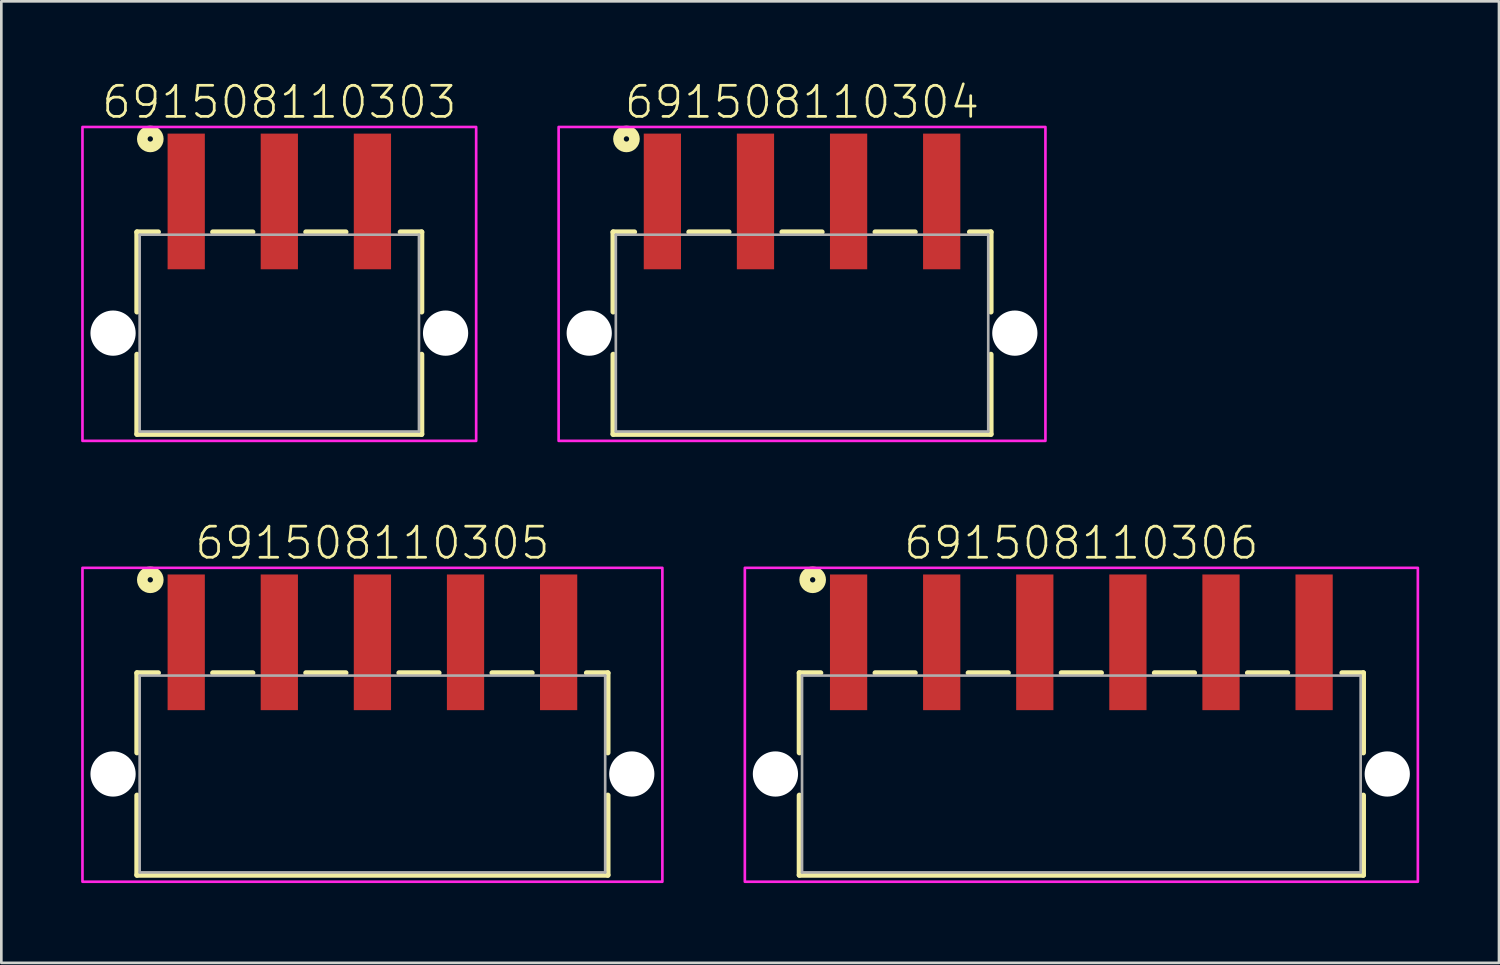
<source format=kicad_pcb>
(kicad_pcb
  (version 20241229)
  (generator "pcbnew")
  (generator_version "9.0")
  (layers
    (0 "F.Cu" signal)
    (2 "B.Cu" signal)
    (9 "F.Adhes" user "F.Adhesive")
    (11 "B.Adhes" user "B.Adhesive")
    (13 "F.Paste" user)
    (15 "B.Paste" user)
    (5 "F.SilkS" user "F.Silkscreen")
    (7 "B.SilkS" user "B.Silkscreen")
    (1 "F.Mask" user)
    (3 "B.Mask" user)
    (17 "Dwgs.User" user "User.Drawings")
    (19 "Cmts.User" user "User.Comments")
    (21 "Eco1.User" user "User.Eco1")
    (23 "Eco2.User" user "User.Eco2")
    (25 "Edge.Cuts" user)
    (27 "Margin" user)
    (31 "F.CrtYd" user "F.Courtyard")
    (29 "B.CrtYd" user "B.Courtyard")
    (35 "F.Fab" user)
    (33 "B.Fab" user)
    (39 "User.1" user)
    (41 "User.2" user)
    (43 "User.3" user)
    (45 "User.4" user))
  (footprint "691508110305"
    (layer "F.Cu")
    (at 10.95 26.046)
    (property "Reference" "691508110305" (at 0 -8 0) (unlocked yes) (layer "F.SilkS") (effects (font (size 1.168 1.168) (thickness 0.102)) (justify bottom)))
    (fp_line (start -8.85 -3.8) (end -8.05 -3.8) (stroke (width 0.2) (type solid)) (layer "F.SilkS"))
    (fp_line (start -8.85 -0.8) (end -8.85 -3.8) (stroke (width 0.2) (type solid)) (layer "F.SilkS"))
    (fp_line (start -8.85 3.8) (end -8.85 0.8) (stroke (width 0.2) (type solid)) (layer "F.SilkS"))
    (fp_line (start -6 -3.8) (end -4.5 -3.8) (stroke (width 0.2) (type solid)) (layer "F.SilkS"))
    (fp_line (start -2.5 -3.8) (end -1 -3.8) (stroke (width 0.2) (type solid)) (layer "F.SilkS"))
    (fp_line (start 1 -3.8) (end 2.5 -3.8) (stroke (width 0.2) (type solid)) (layer "F.SilkS"))
    (fp_line (start 4.5 -3.8) (end 6 -3.8) (stroke (width 0.2) (type solid)) (layer "F.SilkS"))
    (fp_line (start 8.05 -3.8) (end 8.85 -3.8) (stroke (width 0.2) (type solid)) (layer "F.SilkS"))
    (fp_line (start 8.85 -3.8) (end 8.85 -0.8) (stroke (width 0.2) (type solid)) (layer "F.SilkS"))
    (fp_line (start 8.85 0.8) (end 8.85 3.8) (stroke (width 0.2) (type solid)) (layer "F.SilkS"))
    (fp_line (start 8.85 3.8) (end -8.85 3.8) (stroke (width 0.2) (type solid)) (layer "F.SilkS"))
    (fp_circle (center -8.35 -7.3) (end -8.25 -7.3) (stroke (width 0.4) (type solid)) (fill no) (layer "F.SilkS"))
    (fp_poly (pts (xy 10.9 4.05) (xy -10.9 4.05) (xy -10.9 -7.75) (xy 10.9 -7.75)) (stroke (width 0.1) (type default)) (fill no) (layer "F.CrtYd"))
    (fp_line (start -8.75 -3.7) (end 8.75 -3.7) (stroke (width 0.1) (type solid)) (layer "F.Fab"))
    (fp_line (start -8.75 3.7) (end -8.75 -3.7) (stroke (width 0.1) (type solid)) (layer "F.Fab"))
    (fp_line (start 8.75 -3.7) (end 8.75 3.7) (stroke (width 0.1) (type solid)) (layer "F.Fab"))
    (fp_line (start 8.75 3.7) (end -8.75 3.7) (stroke (width 0.1) (type solid)) (layer "F.Fab"))
    (pad "" np_thru_hole circle (at -9.75 0) (size 1.7 1.7) (drill 1.7) (layers "*.Cu" "*.Mask"))
    (pad "" np_thru_hole circle (at 9.75 0) (size 1.7 1.7) (drill 1.7) (layers "*.Cu" "*.Mask"))
    (pad "1" smd rect (at -7 -4.95) (size 1.4 5.1) (layers "F.Cu" "F.Mask" "F.Paste"))
    (pad "2" smd rect (at -3.5 -4.95) (size 1.4 5.1) (layers "F.Cu" "F.Mask" "F.Paste"))
    (pad "3" smd rect (at 0 -4.95) (size 1.4 5.1) (layers "F.Cu" "F.Mask" "F.Paste"))
    (pad "4" smd rect (at 3.5 -4.95) (size 1.4 5.1) (layers "F.Cu" "F.Mask" "F.Paste"))
    (pad "5" smd rect (at 7 -4.95) (size 1.4 5.1) (layers "F.Cu" "F.Mask" "F.Paste")))
  (footprint "691508110306"
    (layer "F.Cu")
    (at 37.6 26.046)
    (property "Reference" "691508110306" (at 0 -8 0) (unlocked yes) (layer "F.SilkS") (effects (font (size 1.168 1.168) (thickness 0.102)) (justify bottom)))
    (fp_line (start -10.6 -3.8) (end -9.8 -3.8) (stroke (width 0.2) (type solid)) (layer "F.SilkS"))
    (fp_line (start -10.6 -0.8) (end -10.6 -3.8) (stroke (width 0.2) (type solid)) (layer "F.SilkS"))
    (fp_line (start -10.6 3.8) (end -10.6 0.8) (stroke (width 0.2) (type solid)) (layer "F.SilkS"))
    (fp_line (start -7.75 -3.8) (end -6.25 -3.8) (stroke (width 0.2) (type solid)) (layer "F.SilkS"))
    (fp_line (start -4.25 -3.8) (end -2.75 -3.8) (stroke (width 0.2) (type solid)) (layer "F.SilkS"))
    (fp_line (start -0.75 -3.8) (end 0.75 -3.8) (stroke (width 0.2) (type solid)) (layer "F.SilkS"))
    (fp_line (start 2.75 -3.8) (end 4.25 -3.8) (stroke (width 0.2) (type solid)) (layer "F.SilkS"))
    (fp_line (start 6.25 -3.8) (end 7.75 -3.8) (stroke (width 0.2) (type solid)) (layer "F.SilkS"))
    (fp_line (start 9.8 -3.8) (end 10.6 -3.8) (stroke (width 0.2) (type solid)) (layer "F.SilkS"))
    (fp_line (start 10.6 -3.8) (end 10.6 -0.8) (stroke (width 0.2) (type solid)) (layer "F.SilkS"))
    (fp_line (start 10.6 0.8) (end 10.6 3.8) (stroke (width 0.2) (type solid)) (layer "F.SilkS"))
    (fp_line (start 10.6 3.8) (end -10.6 3.8) (stroke (width 0.2) (type solid)) (layer "F.SilkS"))
    (fp_circle (center -10.1 -7.3) (end -10 -7.3) (stroke (width 0.4) (type solid)) (fill no) (layer "F.SilkS"))
    (fp_poly (pts (xy 12.65 4.05) (xy -12.65 4.05) (xy -12.65 -7.75) (xy 12.65 -7.75)) (stroke (width 0.1) (type default)) (fill no) (layer "F.CrtYd"))
    (fp_line (start -10.5 -3.7) (end 10.5 -3.7) (stroke (width 0.1) (type solid)) (layer "F.Fab"))
    (fp_line (start -10.5 3.7) (end -10.5 -3.7) (stroke (width 0.1) (type solid)) (layer "F.Fab"))
    (fp_line (start 10.5 -3.7) (end 10.5 3.7) (stroke (width 0.1) (type solid)) (layer "F.Fab"))
    (fp_line (start 10.5 3.7) (end -10.5 3.7) (stroke (width 0.1) (type solid)) (layer "F.Fab"))
    (pad "" np_thru_hole circle (at -11.5 0) (size 1.7 1.7) (drill 1.7) (layers "*.Cu" "*.Mask"))
    (pad "" np_thru_hole circle (at 11.5 0) (size 1.7 1.7) (drill 1.7) (layers "*.Cu" "*.Mask"))
    (pad "1" smd rect (at -8.75 -4.95) (size 1.4 5.1) (layers "F.Cu" "F.Mask" "F.Paste"))
    (pad "2" smd rect (at -5.25 -4.95) (size 1.4 5.1) (layers "F.Cu" "F.Mask" "F.Paste"))
    (pad "3" smd rect (at -1.75 -4.95) (size 1.4 5.1) (layers "F.Cu" "F.Mask" "F.Paste"))
    (pad "4" smd rect (at 1.75 -4.95) (size 1.4 5.1) (layers "F.Cu" "F.Mask" "F.Paste"))
    (pad "5" smd rect (at 5.25 -4.95) (size 1.4 5.1) (layers "F.Cu" "F.Mask" "F.Paste"))
    (pad "6" smd rect (at 8.75 -4.95) (size 1.4 5.1) (layers "F.Cu" "F.Mask" "F.Paste")))
  (footprint "691508110303"
    (layer "F.Cu")
    (at 7.45 9.473)
    (property "Reference" "691508110303" (at 0 -8 0) (unlocked yes) (layer "F.SilkS") (effects (font (size 1.168 1.168) (thickness 0.102)) (justify bottom)))
    (fp_line (start -5.35 -3.8) (end -4.55 -3.8) (stroke (width 0.2) (type solid)) (layer "F.SilkS"))
    (fp_line (start -5.35 -0.8) (end -5.35 -3.8) (stroke (width 0.2) (type solid)) (layer "F.SilkS"))
    (fp_line (start -5.35 3.8) (end -5.35 0.8) (stroke (width 0.2) (type solid)) (layer "F.SilkS"))
    (fp_line (start -2.5 -3.8) (end -1 -3.8) (stroke (width 0.2) (type solid)) (layer "F.SilkS"))
    (fp_line (start 1 -3.8) (end 2.5 -3.8) (stroke (width 0.2) (type solid)) (layer "F.SilkS"))
    (fp_line (start 4.55 -3.8) (end 5.35 -3.8) (stroke (width 0.2) (type solid)) (layer "F.SilkS"))
    (fp_line (start 5.35 -3.8) (end 5.35 -0.8) (stroke (width 0.2) (type solid)) (layer "F.SilkS"))
    (fp_line (start 5.35 0.8) (end 5.35 3.8) (stroke (width 0.2) (type solid)) (layer "F.SilkS"))
    (fp_line (start 5.35 3.8) (end -5.35 3.8) (stroke (width 0.2) (type solid)) (layer "F.SilkS"))
    (fp_circle (center -4.85 -7.3) (end -4.75 -7.3) (stroke (width 0.4) (type solid)) (fill no) (layer "F.SilkS"))
    (fp_poly (pts (xy 7.4 4.05) (xy -7.4 4.05) (xy -7.4 -7.75) (xy 7.4 -7.75)) (stroke (width 0.1) (type default)) (fill no) (layer "F.CrtYd"))
    (fp_line (start -5.25 -3.7) (end 5.25 -3.7) (stroke (width 0.1) (type solid)) (layer "F.Fab"))
    (fp_line (start -5.25 3.7) (end -5.25 -3.7) (stroke (width 0.1) (type solid)) (layer "F.Fab"))
    (fp_line (start 5.25 -3.7) (end 5.25 3.7) (stroke (width 0.1) (type solid)) (layer "F.Fab"))
    (fp_line (start 5.25 3.7) (end -5.25 3.7) (stroke (width 0.1) (type solid)) (layer "F.Fab"))
    (pad "" np_thru_hole circle (at -6.25 0) (size 1.7 1.7) (drill 1.7) (layers "*.Cu" "*.Mask"))
    (pad "" np_thru_hole circle (at 6.25 0) (size 1.7 1.7) (drill 1.7) (layers "*.Cu" "*.Mask"))
    (pad "1" smd rect (at -3.5 -4.95) (size 1.4 5.1) (layers "F.Cu" "F.Mask" "F.Paste"))
    (pad "2" smd rect (at 0 -4.95) (size 1.4 5.1) (layers "F.Cu" "F.Mask" "F.Paste"))
    (pad "3" smd rect (at 3.5 -4.95) (size 1.4 5.1) (layers "F.Cu" "F.Mask" "F.Paste")))
  (footprint "691508110304"
    (layer "F.Cu")
    (at 27.1 9.473)
    (property "Reference" "691508110304" (at 0 -8 0) (unlocked yes) (layer "F.SilkS") (effects (font (size 1.168 1.168) (thickness 0.102)) (justify bottom)))
    (fp_line (start -7.1 -3.8) (end -6.3 -3.8) (stroke (width 0.2) (type solid)) (layer "F.SilkS"))
    (fp_line (start -7.1 -0.8) (end -7.1 -3.8) (stroke (width 0.2) (type solid)) (layer "F.SilkS"))
    (fp_line (start -7.1 3.8) (end -7.1 0.8) (stroke (width 0.2) (type solid)) (layer "F.SilkS"))
    (fp_line (start -4.25 -3.8) (end -2.75 -3.8) (stroke (width 0.2) (type solid)) (layer "F.SilkS"))
    (fp_line (start -0.75 -3.8) (end 0.75 -3.8) (stroke (width 0.2) (type solid)) (layer "F.SilkS"))
    (fp_line (start 2.75 -3.8) (end 4.25 -3.8) (stroke (width 0.2) (type solid)) (layer "F.SilkS"))
    (fp_line (start 6.3 -3.8) (end 7.1 -3.8) (stroke (width 0.2) (type solid)) (layer "F.SilkS"))
    (fp_line (start 7.1 -3.8) (end 7.1 -0.8) (stroke (width 0.2) (type solid)) (layer "F.SilkS"))
    (fp_line (start 7.1 0.8) (end 7.1 3.8) (stroke (width 0.2) (type solid)) (layer "F.SilkS"))
    (fp_line (start 7.1 3.8) (end -7.1 3.8) (stroke (width 0.2) (type solid)) (layer "F.SilkS"))
    (fp_circle (center -6.6 -7.3) (end -6.5 -7.3) (stroke (width 0.4) (type solid)) (fill no) (layer "F.SilkS"))
    (fp_poly (pts (xy 9.15 4.05) (xy -9.15 4.05) (xy -9.15 -7.75) (xy 9.15 -7.75)) (stroke (width 0.1) (type default)) (fill no) (layer "F.CrtYd"))
    (fp_line (start -7 -3.7) (end 7 -3.7) (stroke (width 0.1) (type solid)) (layer "F.Fab"))
    (fp_line (start -7 3.7) (end -7 -3.7) (stroke (width 0.1) (type solid)) (layer "F.Fab"))
    (fp_line (start 7 -3.7) (end 7 3.7) (stroke (width 0.1) (type solid)) (layer "F.Fab"))
    (fp_line (start 7 3.7) (end -7 3.7) (stroke (width 0.1) (type solid)) (layer "F.Fab"))
    (pad "" np_thru_hole circle (at -8 0) (size 1.7 1.7) (drill 1.7) (layers "*.Cu" "*.Mask"))
    (pad "" np_thru_hole circle (at 8 0) (size 1.7 1.7) (drill 1.7) (layers "*.Cu" "*.Mask"))
    (pad "1" smd rect (at -5.25 -4.95) (size 1.4 5.1) (layers "F.Cu" "F.Mask" "F.Paste"))
    (pad "2" smd rect (at -1.75 -4.95) (size 1.4 5.1) (layers "F.Cu" "F.Mask" "F.Paste"))
    (pad "3" smd rect (at 1.75 -4.95) (size 1.4 5.1) (layers "F.Cu" "F.Mask" "F.Paste"))
    (pad "4" smd rect (at 5.25 -4.95) (size 1.4 5.1) (layers "F.Cu" "F.Mask" "F.Paste")))
  (gr_rect
    (start -3 -3)
    (end 53.3 33.146)
    (stroke (width 0.1) (type default))
    (fill no)
    (layer "Edge.Cuts")))
</source>
